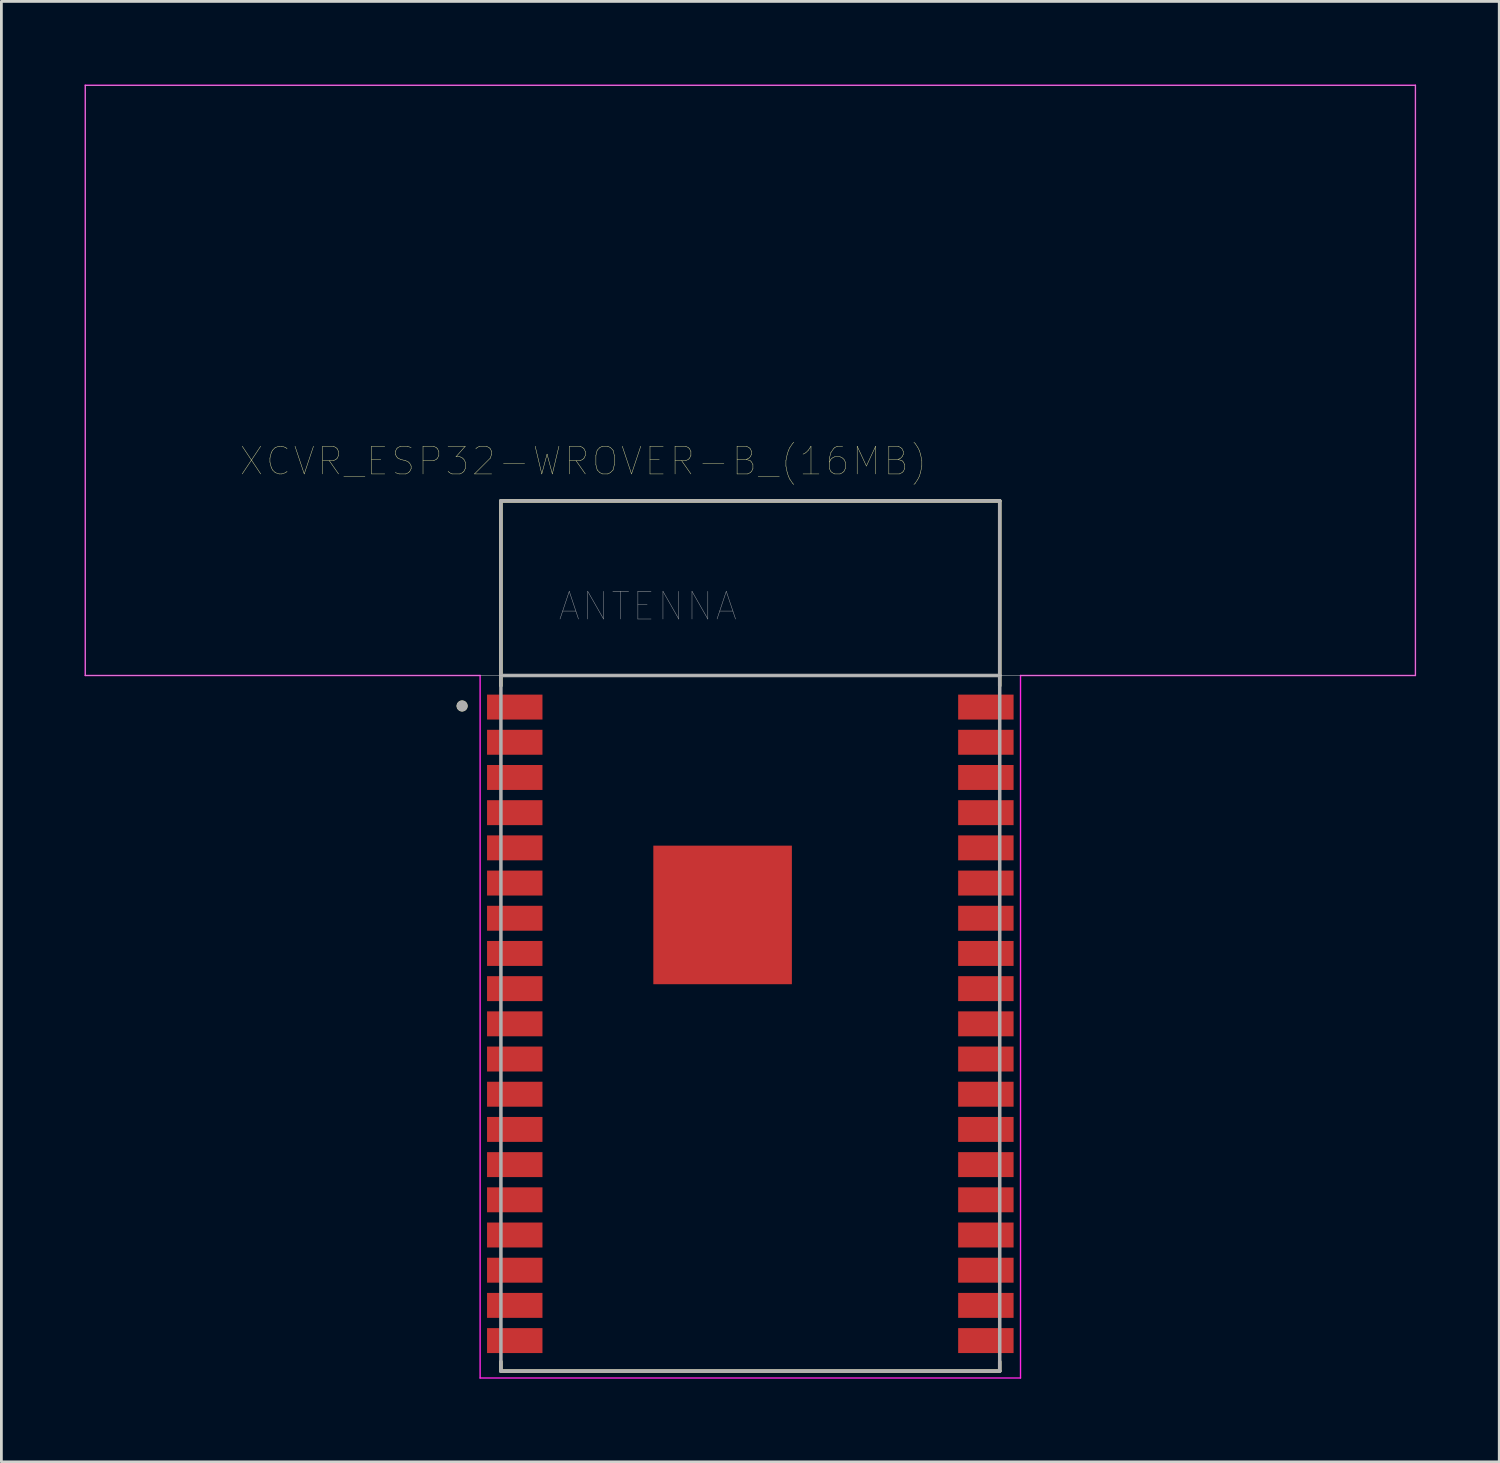
<source format=kicad_pcb>
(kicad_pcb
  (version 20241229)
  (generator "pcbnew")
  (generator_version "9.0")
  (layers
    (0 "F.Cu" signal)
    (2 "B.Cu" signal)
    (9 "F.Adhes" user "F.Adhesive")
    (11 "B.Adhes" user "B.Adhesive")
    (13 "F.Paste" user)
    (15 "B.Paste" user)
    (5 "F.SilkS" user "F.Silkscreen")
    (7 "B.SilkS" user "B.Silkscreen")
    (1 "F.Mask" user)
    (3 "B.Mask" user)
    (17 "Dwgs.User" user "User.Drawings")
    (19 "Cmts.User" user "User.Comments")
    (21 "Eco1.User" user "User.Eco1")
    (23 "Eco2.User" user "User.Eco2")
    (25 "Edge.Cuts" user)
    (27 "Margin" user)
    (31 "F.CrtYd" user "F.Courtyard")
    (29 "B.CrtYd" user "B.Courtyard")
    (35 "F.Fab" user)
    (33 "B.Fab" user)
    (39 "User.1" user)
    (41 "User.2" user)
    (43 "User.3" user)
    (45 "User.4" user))
  (footprint "XCVR_ESP32-WROVER-B_(16MB)"
    (layer "F.Cu")
    (at 24.025 30.725)
    (property "Reference" "XCVR_ESP32-WROVER-B_(16MB)" (at -6.025 -17.135 0) (layer "F.SilkS") (effects (font (size 1 1) (thickness 0.015))))
    (attr through_hole)
    (fp_line (start -9 -15.7) (end 9 -15.7) (stroke (width 0.127) (type solid)) (layer "F.SilkS"))
    (fp_line (start -9 -9.03) (end -9 -15.7) (stroke (width 0.127) (type solid)) (layer "F.SilkS"))
    (fp_line (start -9 15.36) (end -9 15.7) (stroke (width 0.127) (type solid)) (layer "F.SilkS"))
    (fp_line (start -9 15.7) (end 9 15.7) (stroke (width 0.127) (type solid)) (layer "F.SilkS"))
    (fp_line (start 9 -15.7) (end 9 -9.03) (stroke (width 0.127) (type solid)) (layer "F.SilkS"))
    (fp_line (start 9 15.7) (end 9 15.36) (stroke (width 0.127) (type solid)) (layer "F.SilkS"))
    (fp_circle (center -10.4 -8.3) (end -10.3 -8.3) (stroke (width 0.2) (type solid)) (fill no) (layer "F.SilkS"))
    (fp_poly (pts (xy -2.58 -2.34) (xy 0.58 -2.34) (xy 0.58 0.82) (xy -2.58 0.82)) (stroke (width 0.01) (type solid)) (fill yes) (layer "F.Paste"))
    (fp_poly (pts (xy -24 -30.7) (xy 24 -30.7) (xy 24 -9.4) (xy -24 -9.4)) (stroke (width 0.01) (type solid)) (fill no) (layer "Dwgs.User"))
    (fp_poly (pts (xy -24 -30.7) (xy 24 -30.7) (xy 24 -9.4) (xy -24 -9.4)) (stroke (width 0.01) (type solid)) (fill no) (layer "Dwgs.User"))
    (fp_line (start -24 -30.7) (end 24 -30.7) (stroke (width 0.05) (type solid)) (layer "F.CrtYd"))
    (fp_line (start -24 -9.4) (end -24 -30.7) (stroke (width 0.05) (type solid)) (layer "F.CrtYd"))
    (fp_line (start -9.75 -9.4) (end -24 -9.4) (stroke (width 0.05) (type solid)) (layer "F.CrtYd"))
    (fp_line (start -9.75 -9.4) (end -9.75 15.95) (stroke (width 0.05) (type solid)) (layer "F.CrtYd"))
    (fp_line (start -9.75 15.95) (end 9.75 15.95) (stroke (width 0.05) (type solid)) (layer "F.CrtYd"))
    (fp_line (start 9.75 15.95) (end 9.75 -9.4) (stroke (width 0.05) (type solid)) (layer "F.CrtYd"))
    (fp_line (start 24 -30.7) (end 24 -9.4) (stroke (width 0.05) (type solid)) (layer "F.CrtYd"))
    (fp_line (start 24 -9.4) (end 9.75 -9.4) (stroke (width 0.05) (type solid)) (layer "F.CrtYd"))
    (fp_line (start -9 -15.7) (end 9 -15.7) (stroke (width 0.127) (type solid)) (layer "F.Fab"))
    (fp_line (start -9 -9.4) (end -9 -15.7) (stroke (width 0.127) (type solid)) (layer "F.Fab"))
    (fp_line (start -9 -9.4) (end 9 -9.4) (stroke (width 0.127) (type solid)) (layer "F.Fab"))
    (fp_line (start -9 15.7) (end -9 -9.4) (stroke (width 0.127) (type solid)) (layer "F.Fab"))
    (fp_line (start 9 -15.7) (end 9 -9.4) (stroke (width 0.127) (type solid)) (layer "F.Fab"))
    (fp_line (start 9 -9.4) (end 9 15.7) (stroke (width 0.127) (type solid)) (layer "F.Fab"))
    (fp_line (start 9 15.7) (end -9 15.7) (stroke (width 0.127) (type solid)) (layer "F.Fab"))
    (fp_circle (center -10.4 -8.3) (end -10.3 -8.3) (stroke (width 0.2) (type solid)) (fill no) (layer "F.Fab"))
    (fp_text user "ANTENNA" (at -3.7 -11.9 0) (layer "F.Fab") (effects (font (size 1 1) (thickness 0.015))))
    (pad "1" smd rect (at -8.5 -8.26) (size 2 0.9) (layers "F.Cu" "F.Mask" "F.Paste"))
    (pad "2" smd rect (at -8.5 -6.99) (size 2 0.9) (layers "F.Cu" "F.Mask" "F.Paste"))
    (pad "3" smd rect (at -8.5 -5.72) (size 2 0.9) (layers "F.Cu" "F.Mask" "F.Paste"))
    (pad "4" smd rect (at -8.5 -4.45) (size 2 0.9) (layers "F.Cu" "F.Mask" "F.Paste"))
    (pad "5" smd rect (at -8.5 -3.18) (size 2 0.9) (layers "F.Cu" "F.Mask" "F.Paste"))
    (pad "6" smd rect (at -8.5 -1.91) (size 2 0.9) (layers "F.Cu" "F.Mask" "F.Paste"))
    (pad "7" smd rect (at -8.5 -0.64) (size 2 0.9) (layers "F.Cu" "F.Mask" "F.Paste"))
    (pad "8" smd rect (at -8.5 0.63) (size 2 0.9) (layers "F.Cu" "F.Mask" "F.Paste"))
    (pad "9" smd rect (at -8.5 1.9) (size 2 0.9) (layers "F.Cu" "F.Mask" "F.Paste"))
    (pad "10" smd rect (at -8.5 3.17) (size 2 0.9) (layers "F.Cu" "F.Mask" "F.Paste"))
    (pad "11" smd rect (at -8.5 4.44) (size 2 0.9) (layers "F.Cu" "F.Mask" "F.Paste"))
    (pad "12" smd rect (at -8.5 5.71) (size 2 0.9) (layers "F.Cu" "F.Mask" "F.Paste"))
    (pad "13" smd rect (at -8.5 6.98) (size 2 0.9) (layers "F.Cu" "F.Mask" "F.Paste"))
    (pad "14" smd rect (at -8.5 8.25) (size 2 0.9) (layers "F.Cu" "F.Mask" "F.Paste"))
    (pad "15" smd rect (at -8.5 9.52) (size 2 0.9) (layers "F.Cu" "F.Mask" "F.Paste"))
    (pad "16" smd rect (at -8.5 10.79) (size 2 0.9) (layers "F.Cu" "F.Mask" "F.Paste"))
    (pad "17" smd rect (at -8.5 12.06) (size 2 0.9) (layers "F.Cu" "F.Mask" "F.Paste"))
    (pad "18" smd rect (at -8.5 13.33) (size 2 0.9) (layers "F.Cu" "F.Mask" "F.Paste"))
    (pad "19" smd rect (at -8.5 14.6) (size 2 0.9) (layers "F.Cu" "F.Mask" "F.Paste"))
    (pad "20" smd rect (at 8.5 14.6) (size 2 0.9) (layers "F.Cu" "F.Mask" "F.Paste"))
    (pad "21" smd rect (at 8.5 13.33) (size 2 0.9) (layers "F.Cu" "F.Mask" "F.Paste"))
    (pad "22" smd rect (at 8.5 12.06) (size 2 0.9) (layers "F.Cu" "F.Mask" "F.Paste"))
    (pad "23" smd rect (at 8.5 10.79) (size 2 0.9) (layers "F.Cu" "F.Mask" "F.Paste"))
    (pad "24" smd rect (at 8.5 9.52) (size 2 0.9) (layers "F.Cu" "F.Mask" "F.Paste"))
    (pad "25" smd rect (at 8.5 8.25) (size 2 0.9) (layers "F.Cu" "F.Mask" "F.Paste"))
    (pad "26" smd rect (at 8.5 6.98) (size 2 0.9) (layers "F.Cu" "F.Mask" "F.Paste"))
    (pad "27" smd rect (at 8.5 5.71) (size 2 0.9) (layers "F.Cu" "F.Mask" "F.Paste"))
    (pad "28" smd rect (at 8.5 4.44) (size 2 0.9) (layers "F.Cu" "F.Mask" "F.Paste"))
    (pad "29" smd rect (at 8.5 3.17) (size 2 0.9) (layers "F.Cu" "F.Mask" "F.Paste"))
    (pad "30" smd rect (at 8.5 1.9) (size 2 0.9) (layers "F.Cu" "F.Mask" "F.Paste"))
    (pad "31" smd rect (at 8.5 0.63) (size 2 0.9) (layers "F.Cu" "F.Mask" "F.Paste"))
    (pad "32" smd rect (at 8.5 -0.64) (size 2 0.9) (layers "F.Cu" "F.Mask" "F.Paste"))
    (pad "33" smd rect (at 8.5 -1.91) (size 2 0.9) (layers "F.Cu" "F.Mask" "F.Paste"))
    (pad "34" smd rect (at 8.5 -3.18) (size 2 0.9) (layers "F.Cu" "F.Mask" "F.Paste"))
    (pad "35" smd rect (at 8.5 -4.45) (size 2 0.9) (layers "F.Cu" "F.Mask" "F.Paste"))
    (pad "36" smd rect (at 8.5 -5.72) (size 2 0.9) (layers "F.Cu" "F.Mask" "F.Paste"))
    (pad "37" smd rect (at 8.5 -6.99) (size 2 0.9) (layers "F.Cu" "F.Mask" "F.Paste"))
    (pad "38" smd rect (at 8.5 -8.26) (size 2 0.9) (layers "F.Cu" "F.Mask" "F.Paste"))
    (pad "39" smd rect (at -1 -0.76) (size 5 5) (layers "F.Cu" "F.Mask")))
  (gr_rect
    (start -3 -3)
    (end 51.05 49.7)
    (stroke (width 0.1) (type default))
    (fill no)
    (layer "Edge.Cuts")))
</source>
